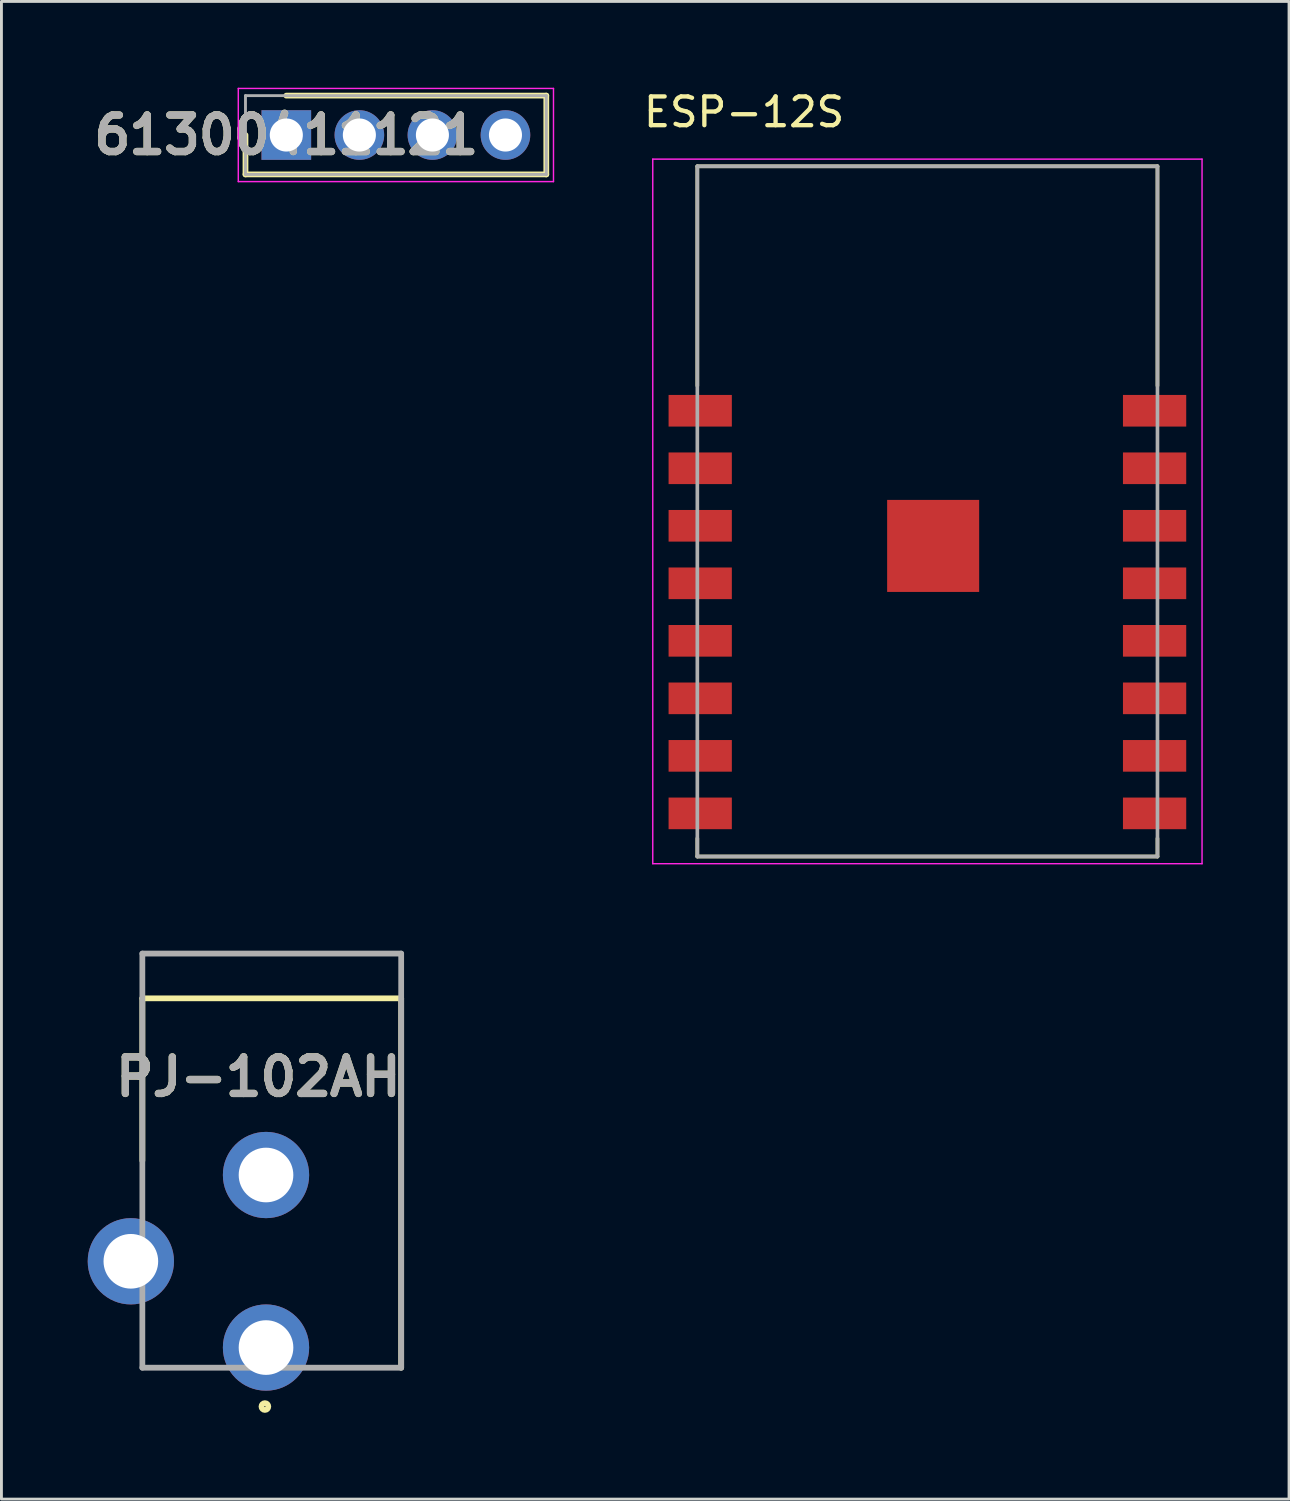
<source format=kicad_pcb>
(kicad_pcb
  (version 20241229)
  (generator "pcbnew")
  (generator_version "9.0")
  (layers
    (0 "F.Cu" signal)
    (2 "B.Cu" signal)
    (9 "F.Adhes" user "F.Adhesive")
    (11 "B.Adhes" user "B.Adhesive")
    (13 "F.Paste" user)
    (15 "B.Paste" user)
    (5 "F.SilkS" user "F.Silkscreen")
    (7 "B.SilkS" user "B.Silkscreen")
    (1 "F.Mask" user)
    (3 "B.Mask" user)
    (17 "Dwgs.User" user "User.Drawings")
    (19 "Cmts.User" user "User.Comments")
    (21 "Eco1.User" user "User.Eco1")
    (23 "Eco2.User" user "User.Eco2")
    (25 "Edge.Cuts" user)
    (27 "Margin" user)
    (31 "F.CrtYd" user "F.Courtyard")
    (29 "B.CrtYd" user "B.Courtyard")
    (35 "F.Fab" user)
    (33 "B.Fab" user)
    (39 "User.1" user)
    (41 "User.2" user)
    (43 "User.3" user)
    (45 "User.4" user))
  (footprint "ESP-12S"
    (layer "F.Cu")
    (at 29.198 14.733)
    (property "Reference" "ESP-12S" (at -6.375 -13.885 0) (layer "F.SilkS") (effects (font (size 1 1) (thickness 0.15))))
    (attr smd)
    (fp_line (start -8 -12) (end 8 -12) (stroke (width 0.127) (type solid)) (layer "F.SilkS"))
    (fp_line (start -8 -4.37) (end -8 -12) (stroke (width 0.127) (type solid)) (layer "F.SilkS"))
    (fp_line (start -8 12) (end -8 11.37) (stroke (width 0.127) (type solid)) (layer "F.SilkS"))
    (fp_line (start 8 -12) (end 8 -4.37) (stroke (width 0.127) (type solid)) (layer "F.SilkS"))
    (fp_line (start 8 12) (end -8 12) (stroke (width 0.127) (type solid)) (layer "F.SilkS"))
    (fp_line (start 8 12) (end 8 11.37) (stroke (width 0.127) (type solid)) (layer "F.SilkS"))
    (fp_poly (pts (xy -0.812 0.188) (xy 1.212 0.188) (xy 1.212 2.212) (xy -0.812 2.212)) (stroke (width 0.01) (type solid)) (fill yes) (layer "F.Paste"))
    (fp_line (start -9.55 -12.25) (end -9.55 12.25) (stroke (width 0.05) (type solid)) (layer "F.CrtYd"))
    (fp_line (start -9.55 12.25) (end 9.55 12.25) (stroke (width 0.05) (type solid)) (layer "F.CrtYd"))
    (fp_line (start 9.55 -12.25) (end -9.55 -12.25) (stroke (width 0.05) (type solid)) (layer "F.CrtYd"))
    (fp_line (start 9.55 12.25) (end 9.55 -12.25) (stroke (width 0.05) (type solid)) (layer "F.CrtYd"))
    (fp_line (start -8 -12) (end 8 -12) (stroke (width 0.127) (type solid)) (layer "F.Fab"))
    (fp_line (start -8 12) (end -8 -12) (stroke (width 0.127) (type solid)) (layer "F.Fab"))
    (fp_line (start 8 -12) (end 8 12) (stroke (width 0.127) (type solid)) (layer "F.Fab"))
    (fp_line (start 8 12) (end -8 12) (stroke (width 0.127) (type solid)) (layer "F.Fab"))
    (pad "1" smd rect (at -7.9 -3.5) (size 2.2 1.1) (layers "F.Cu" "F.Mask" "F.Paste"))
    (pad "2" smd rect (at -7.9 -1.5) (size 2.2 1.1) (layers "F.Cu" "F.Mask" "F.Paste"))
    (pad "3" smd rect (at -7.9 0.5) (size 2.2 1.1) (layers "F.Cu" "F.Mask" "F.Paste"))
    (pad "4" smd rect (at -7.9 2.5) (size 2.2 1.1) (layers "F.Cu" "F.Mask" "F.Paste"))
    (pad "5" smd rect (at -7.9 4.5) (size 2.2 1.1) (layers "F.Cu" "F.Mask" "F.Paste"))
    (pad "6" smd rect (at -7.9 6.5) (size 2.2 1.1) (layers "F.Cu" "F.Mask" "F.Paste"))
    (pad "7" smd rect (at -7.9 8.5) (size 2.2 1.1) (layers "F.Cu" "F.Mask" "F.Paste"))
    (pad "8" smd rect (at -7.9 10.5) (size 2.2 1.1) (layers "F.Cu" "F.Mask" "F.Paste"))
    (pad "9" smd rect (at 7.9 10.5) (size 2.2 1.1) (layers "F.Cu" "F.Mask" "F.Paste"))
    (pad "10" smd rect (at 7.9 8.5) (size 2.2 1.1) (layers "F.Cu" "F.Mask" "F.Paste"))
    (pad "11" smd rect (at 7.9 6.5) (size 2.2 1.1) (layers "F.Cu" "F.Mask" "F.Paste"))
    (pad "12" smd rect (at 7.9 4.5) (size 2.2 1.1) (layers "F.Cu" "F.Mask" "F.Paste"))
    (pad "13" smd rect (at 7.9 2.5) (size 2.2 1.1) (layers "F.Cu" "F.Mask" "F.Paste"))
    (pad "14" smd rect (at 7.9 0.5) (size 2.2 1.1) (layers "F.Cu" "F.Mask" "F.Paste"))
    (pad "15" smd rect (at 7.9 -1.5) (size 2.2 1.1) (layers "F.Cu" "F.Mask" "F.Paste"))
    (pad "16" smd rect (at 7.9 -3.5) (size 2.2 1.1) (layers "F.Cu" "F.Mask" "F.Paste"))
    (pad "17" smd rect (at 0.2 1.2) (size 3.2 3.2) (layers "F.Cu" "F.Mask"))
    (zone (net_name "") (layer "F.Cu") (hatch full 0.508) (connect_pads) (min_thickness 0.01) (filled_areas_thickness no) (keepout (tracks not_allowed) (vias not_allowed) (pads not_allowed) (copperpour not_allowed) (footprints allowed)) (placement (enabled no)) (fill) (polygon (pts (xy 21.198 8.833) (xy 37.198 8.833) (xy 37.198 2.733) (xy 21.198 2.733))))
    (zone (net_name "") (layers "F.Cu" "B.Cu") (hatch full 0.508) (connect_pads) (min_thickness 0.01) (filled_areas_thickness no) (keepout (tracks allowed) (vias not_allowed) (pads allowed) (copperpour allowed) (footprints allowed)) (placement (enabled no)) (fill) (polygon (pts (xy 37.198 8.833) (xy 21.198 8.833) (xy 21.198 2.733) (xy 37.198 2.733)))))
  (footprint "61300411121"
    (layer "F.Cu")
    (at 6.906 1.645)
    (property "Reference" "61300411121" (at 0 0 0) (layer "F.SilkS") (effects (font (size 1.27 1.27) (thickness 0.254))))
    (attr through_hole)
    (fp_line (start -1.42 0) (end -1.42 1.37) (stroke (width 0.2) (type solid)) (layer "F.SilkS"))
    (fp_line (start -1.42 1.37) (end 9.04 1.37) (stroke (width 0.2) (type solid)) (layer "F.SilkS"))
    (fp_line (start 9.04 -1.37) (end 0 -1.37) (stroke (width 0.2) (type solid)) (layer "F.SilkS"))
    (fp_line (start 9.04 1.37) (end 9.04 -1.37) (stroke (width 0.2) (type solid)) (layer "F.SilkS"))
    (fp_line (start -1.67 -1.62) (end 9.29 -1.62) (stroke (width 0.05) (type solid)) (layer "F.CrtYd"))
    (fp_line (start -1.67 1.62) (end -1.67 -1.62) (stroke (width 0.05) (type solid)) (layer "F.CrtYd"))
    (fp_line (start 9.29 -1.62) (end 9.29 1.62) (stroke (width 0.05) (type solid)) (layer "F.CrtYd"))
    (fp_line (start 9.29 1.62) (end -1.67 1.62) (stroke (width 0.05) (type solid)) (layer "F.CrtYd"))
    (fp_line (start -1.42 -1.37) (end 9.04 -1.37) (stroke (width 0.1) (type solid)) (layer "F.Fab"))
    (fp_line (start -1.42 1.37) (end -1.42 -1.37) (stroke (width 0.1) (type solid)) (layer "F.Fab"))
    (fp_line (start 9.04 -1.37) (end 9.04 1.37) (stroke (width 0.1) (type solid)) (layer "F.Fab"))
    (fp_line (start 9.04 1.37) (end -1.42 1.37) (stroke (width 0.1) (type solid)) (layer "F.Fab"))
    (fp_text user "${REFERENCE}" (at 0 0 0) (layer "F.Fab") (effects (font (size 1.27 1.27) (thickness 0.254))))
    (pad "1" thru_hole rect (at 0 0) (size 1.725 1.725) (drill 1.15) (layers "*.Cu" "*.Mask"))
    (pad "2" thru_hole circle (at 2.54 0) (size 1.725 1.725) (drill 1.15) (layers "*.Cu" "*.Mask"))
    (pad "3" thru_hole circle (at 5.08 0) (size 1.725 1.725) (drill 1.15) (layers "*.Cu" "*.Mask"))
    (pad "4" thru_hole circle (at 7.62 0) (size 1.725 1.725) (drill 1.15) (layers "*.Cu" "*.Mask")))
  (footprint "PJ-102AH"
    (layer "F.Cu")
    (at 1.9 40.808)
    (property "Reference" "PJ-102AH" (at 4.035 -6.411 0) (layer "F.SilkS") (effects (font (size 1.27 1.27) (thickness 0.254))))
    (attr through_hole)
    (fp_line (start 0 -9.144) (end 0 -3.5) (stroke (width 0.2) (type solid)) (layer "F.SilkS"))
    (fp_line (start 9 -9.144) (end 0 -9.144) (stroke (width 0.2) (type solid)) (layer "F.SilkS"))
    (fp_line (start 9 3.7) (end 9 -9.144) (stroke (width 0.2) (type solid)) (layer "F.SilkS"))
    (fp_circle (center 4.261 5.051) (end 4.261 5.17) (stroke (width 0.2) (type solid)) (fill no) (layer "F.SilkS"))
    (fp_line (start 0 -10.7) (end 0 3.7) (stroke (width 0.2) (type solid)) (layer "F.Fab"))
    (fp_line (start 0 3.7) (end 9 3.7) (stroke (width 0.2) (type solid)) (layer "F.Fab"))
    (fp_line (start 9 -10.7) (end 0 -10.7) (stroke (width 0.2) (type solid)) (layer "F.Fab"))
    (fp_line (start 9 3.7) (end 9 -10.7) (stroke (width 0.2) (type solid)) (layer "F.Fab"))
    (fp_text user "${REFERENCE}" (at 4.035 -6.411 0) (layer "F.Fab") (effects (font (size 1.27 1.27) (thickness 0.254))))
    (pad "1" thru_hole circle (at 4.3 3) (size 3 3) (drill 1.9) (layers "*.Cu" "*.Mask"))
    (pad "2" thru_hole circle (at 4.3 -3) (size 3 3) (drill 1.9) (layers "*.Cu" "*.Mask"))
    (pad "3" thru_hole circle (at -0.4 0) (size 3 3) (drill 1.9) (layers "*.Cu" "*.Mask")))
  (gr_rect
    (start -3 -3)
    (end 41.773 49.078)
    (stroke (width 0.1) (type default))
    (fill no)
    (layer "Edge.Cuts")))
</source>
